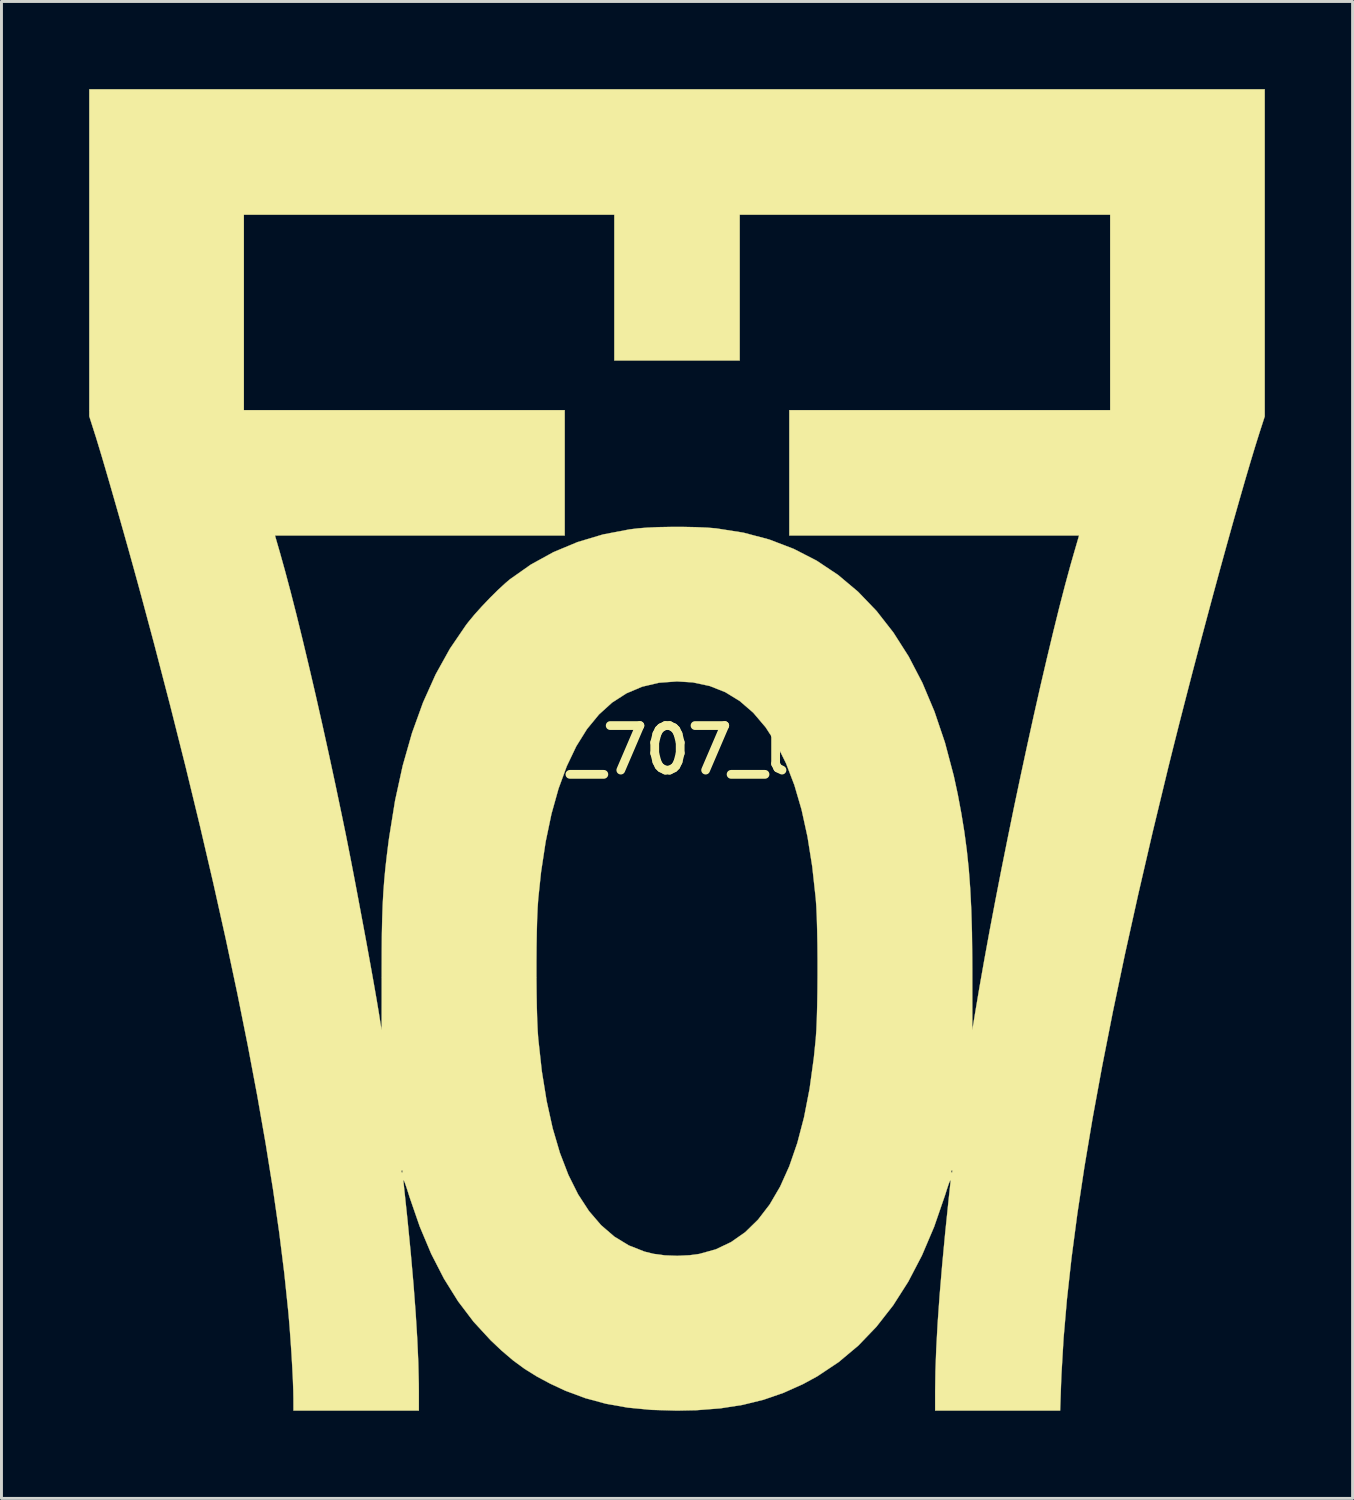
<source format=kicad_pcb>
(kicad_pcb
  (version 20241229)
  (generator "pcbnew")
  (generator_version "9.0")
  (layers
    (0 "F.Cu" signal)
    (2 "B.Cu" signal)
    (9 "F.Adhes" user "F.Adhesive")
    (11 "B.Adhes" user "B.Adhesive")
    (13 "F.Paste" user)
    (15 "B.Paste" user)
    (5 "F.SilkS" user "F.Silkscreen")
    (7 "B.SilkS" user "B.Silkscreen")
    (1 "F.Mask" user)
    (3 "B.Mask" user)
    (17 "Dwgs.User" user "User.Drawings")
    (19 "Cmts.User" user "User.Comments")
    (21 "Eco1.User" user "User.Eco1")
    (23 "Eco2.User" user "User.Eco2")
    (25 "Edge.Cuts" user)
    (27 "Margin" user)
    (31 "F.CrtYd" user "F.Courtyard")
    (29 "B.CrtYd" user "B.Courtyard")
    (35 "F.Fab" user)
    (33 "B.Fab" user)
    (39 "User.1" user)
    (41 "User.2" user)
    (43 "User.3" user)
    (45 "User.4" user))
  (footprint "new_707_logo"
    (layer "F.Cu")
    (at 20.115 22.611)
    (property "Reference" "new_707_logo" (at 0 0 0) (layer "F.SilkS") (effects (font (size 1.524 1.524) (thickness 0.3))))
    (attr through_hole)
    (fp_poly (pts (xy 20.11 -11.412) (xy 19.931 -10.858) (xy 19.788 -10.403) (xy 19.624 -9.861) (xy 19.441 -9.241) (xy 19.243 -8.553) (xy 19.031 -7.807) (xy 18.809 -7.012) (xy 18.579 -6.178) (xy 18.344 -5.314) (xy 18.107 -4.431) (xy 17.869 -3.538) (xy 17.634 -2.645) (xy 17.405 -1.76) (xy 17.183 -0.895) (xy 16.972 -0.058) (xy 16.809 0.598) (xy 16.272 2.821) (xy 15.778 4.954) (xy 15.325 6.997) (xy 14.915 8.951) (xy 14.548 10.814) (xy 14.222 12.589) (xy 13.939 14.274) (xy 13.698 15.87) (xy 13.499 17.378) (xy 13.342 18.797) (xy 13.227 20.127) (xy 13.154 21.37) (xy 13.143 21.645) (xy 13.109 22.606) (xy 8.833 22.606) (xy 8.833 21.944) (xy 8.843 21.248) (xy 8.872 20.471) (xy 8.919 19.61) (xy 8.986 18.664) (xy 9.073 17.629) (xy 9.179 16.502) (xy 9.305 15.282) (xy 9.358 14.793) (xy 9.36 14.723) (xy 9.342 14.737) (xy 9.301 14.837) (xy 9.237 15.028) (xy 9.168 15.245) (xy 8.799 16.314) (xy 8.381 17.296) (xy 7.913 18.193) (xy 7.395 19.005) (xy 6.825 19.734) (xy 6.204 20.381) (xy 5.53 20.946) (xy 4.802 21.431) (xy 4.317 21.695) (xy 3.647 21.996) (xy 2.962 22.233) (xy 2.246 22.409) (xy 1.485 22.528) (xy 0.663 22.592) (xy 0 22.606) (xy -0.878 22.58) (xy -1.684 22.503) (xy -2.433 22.37) (xy -3.141 22.178) (xy -3.82 21.925) (xy -4.315 21.695) (xy -4.789 21.442) (xy -5.21 21.18) (xy -5.606 20.89) (xy -6.004 20.551) (xy -6.38 20.195) (xy -6.961 19.564) (xy -7.491 18.865) (xy -7.973 18.092) (xy -8.41 17.241) (xy -8.803 16.307) (xy -9.156 15.285) (xy -9.168 15.245) (xy -9.252 14.981) (xy -9.312 14.809) (xy -9.347 14.727) (xy -9.362 14.731) (xy -9.358 14.793) (xy -9.225 16.05) (xy -9.111 17.212) (xy -9.017 18.281) (xy -8.943 19.261) (xy -8.888 20.154) (xy -8.852 20.962) (xy -8.835 21.689) (xy -8.833 21.944) (xy -8.833 22.606) (xy -13.124 22.606) (xy -13.125 22.194) (xy -13.13 21.911) (xy -13.143 21.55) (xy -13.164 21.131) (xy -13.19 20.676) (xy -13.222 20.204) (xy -13.256 19.737) (xy -13.293 19.296) (xy -13.301 19.212) (xy -13.437 17.905) (xy -13.611 16.509) (xy -13.824 15.029) (xy -13.922 14.422) (xy -9.431 14.422) (xy -9.413 14.463) (xy -9.398 14.455) (xy -9.392 14.396) (xy -9.398 14.388) (xy -9.428 14.395) (xy -9.431 14.422) (xy -13.922 14.422) (xy -14.075 13.468) (xy -14.362 11.829) (xy -14.685 10.117) (xy -15.043 8.334) (xy -15.436 6.484) (xy -15.863 4.571) (xy -16.323 2.598) (xy -16.815 0.569) (xy -17.339 -1.513) (xy -17.894 -3.645) (xy -18.322 -5.24) (xy -18.46 -5.746) (xy -18.61 -6.29) (xy -18.768 -6.858) (xy -18.931 -7.437) (xy -19.095 -8.015) (xy -19.256 -8.578) (xy -19.41 -9.113) (xy -19.554 -9.608) (xy -19.684 -10.049) (xy -19.797 -10.423) (xy -19.887 -10.718) (xy -19.91 -10.788) (xy -20.11 -11.416) (xy -20.11 -18.314) (xy -14.821 -18.314) (xy -14.821 -11.627) (xy -3.842 -11.627) (xy -3.842 -7.336) (xy -13.756 -7.336) (xy -13.586 -6.749) (xy -13.412 -6.125) (xy -13.222 -5.412) (xy -13.02 -4.622) (xy -12.809 -3.762) (xy -12.59 -2.845) (xy -12.365 -1.879) (xy -12.138 -0.874) (xy -11.91 0.159) (xy -11.684 1.21) (xy -11.462 2.269) (xy -11.328 2.919) (xy -11.248 3.323) (xy -11.156 3.791) (xy -11.056 4.308) (xy -10.951 4.861) (xy -10.843 5.437) (xy -10.734 6.019) (xy -10.627 6.595) (xy -10.526 7.151) (xy -10.432 7.672) (xy -10.348 8.145) (xy -10.277 8.554) (xy -10.221 8.887) (xy -10.199 9.02) (xy -10.164 9.242) (xy -10.135 9.422) (xy -10.115 9.542) (xy -10.108 9.581) (xy -10.107 9.533) (xy -10.107 9.395) (xy -10.106 9.179) (xy -10.106 8.894) (xy -10.105 8.55) (xy -10.105 8.159) (xy -10.105 7.731) (xy -10.105 7.523) (xy -10.104 7.251) (xy -4.81 7.251) (xy -4.81 7.78) (xy -4.805 8.3) (xy -4.797 8.791) (xy -4.784 9.235) (xy -4.767 9.614) (xy -4.748 9.881) (xy -4.626 10.991) (xy -4.461 12.012) (xy -4.255 12.945) (xy -4.007 13.787) (xy -3.717 14.54) (xy -3.386 15.203) (xy -3.013 15.776) (xy -2.599 16.259) (xy -2.144 16.652) (xy -1.648 16.954) (xy -1.111 17.165) (xy -0.799 17.242) (xy -0.418 17.293) (xy 0.009 17.309) (xy 0.433 17.289) (xy 0.76 17.245) (xy 1.326 17.088) (xy 1.85 16.839) (xy 2.333 16.501) (xy 2.773 16.071) (xy 3.172 15.552) (xy 3.529 14.941) (xy 3.762 14.422) (xy 9.382 14.422) (xy 9.4 14.463) (xy 9.415 14.455) (xy 9.421 14.396) (xy 9.415 14.388) (xy 9.385 14.395) (xy 9.382 14.422) (xy 3.762 14.422) (xy 3.843 14.241) (xy 4.116 13.45) (xy 4.347 12.568) (xy 4.536 11.597) (xy 4.682 10.534) (xy 4.748 9.881) (xy 4.769 9.575) (xy 4.785 9.189) (xy 4.797 8.739) (xy 4.805 8.245) (xy 4.809 7.724) (xy 4.809 7.194) (xy 4.805 6.675) (xy 4.796 6.184) (xy 4.784 5.74) (xy 4.767 5.361) (xy 4.748 5.09) (xy 4.627 3.984) (xy 4.465 2.968) (xy 4.262 2.042) (xy 4.017 1.205) (xy 3.731 0.458) (xy 3.404 -0.202) (xy 3.034 -0.773) (xy 2.623 -1.258) (xy 2.602 -1.28) (xy 2.145 -1.675) (xy 1.651 -1.978) (xy 1.117 -2.189) (xy 0.541 -2.312) (xy 0 -2.345) (xy -0.618 -2.3) (xy -1.194 -2.164) (xy -1.728 -1.938) (xy -2.221 -1.621) (xy -2.671 -1.213) (xy -3.08 -0.715) (xy -3.447 -0.126) (xy -3.771 0.553) (xy -4.054 1.323) (xy -4.295 2.184) (xy -4.494 3.135) (xy -4.652 4.177) (xy -4.748 5.09) (xy -4.769 5.396) (xy -4.786 5.783) (xy -4.798 6.234) (xy -4.806 6.729) (xy -4.81 7.251) (xy -10.104 7.251) (xy -10.103 6.862) (xy -10.098 6.285) (xy -10.087 5.773) (xy -10.071 5.31) (xy -10.048 4.879) (xy -10.017 4.463) (xy -9.978 4.045) (xy -9.928 3.607) (xy -9.869 3.134) (xy -9.851 3.005) (xy -9.647 1.733) (xy -9.385 0.536) (xy -9.066 -0.583) (xy -8.69 -1.624) (xy -8.258 -2.586) (xy -7.769 -3.466) (xy -7.225 -4.265) (xy -7.142 -4.374) (xy -6.932 -4.628) (xy -6.677 -4.912) (xy -6.4 -5.203) (xy -6.122 -5.478) (xy -5.868 -5.712) (xy -5.714 -5.842) (xy -4.998 -6.345) (xy -4.225 -6.77) (xy -3.4 -7.114) (xy -2.53 -7.374) (xy -1.623 -7.547) (xy -1.337 -7.582) (xy -1.024 -7.607) (xy -0.64 -7.624) (xy -0.213 -7.632) (xy 0.227 -7.632) (xy 0.653 -7.623) (xy 1.035 -7.607) (xy 1.337 -7.582) (xy 2.272 -7.435) (xy 3.158 -7.2) (xy 3.994 -6.88) (xy 4.78 -6.476) (xy 5.514 -5.986) (xy 6.196 -5.413) (xy 6.826 -4.757) (xy 7.403 -4.019) (xy 7.926 -3.199) (xy 8.395 -2.298) (xy 8.808 -1.317) (xy 9.167 -0.257) (xy 9.469 0.883) (xy 9.607 1.522) (xy 9.729 2.175) (xy 9.832 2.808) (xy 9.916 3.438) (xy 9.983 4.079) (xy 10.033 4.75) (xy 10.069 5.465) (xy 10.092 6.24) (xy 10.102 7.092) (xy 10.104 7.476) (xy 10.105 9.587) (xy 10.193 9.047) (xy 10.345 8.143) (xy 10.514 7.186) (xy 10.697 6.185) (xy 10.893 5.152) (xy 11.099 4.095) (xy 11.314 3.024) (xy 11.534 1.948) (xy 11.76 0.878) (xy 11.987 -0.176) (xy 12.214 -1.206) (xy 12.439 -2.201) (xy 12.661 -3.152) (xy 12.876 -4.05) (xy 13.082 -4.883) (xy 13.279 -5.643) (xy 13.463 -6.32) (xy 13.567 -6.683) (xy 13.757 -7.336) (xy 3.842 -7.336) (xy 3.842 -11.627) (xy 14.821 -11.627) (xy 14.821 -18.314) (xy 2.146 -18.314) (xy 2.146 -13.324) (xy -2.146 -13.324) (xy -2.146 -18.314) (xy -14.821 -18.314) (xy -20.11 -18.314) (xy -20.11 -22.606) (xy 20.11 -22.606) (xy 20.11 -11.412)) (stroke (width 0.01) (type solid)) (fill yes) (layer "F.SilkS")))
  (gr_rect
    (start -3 -3)
    (end 43.231 48.221)
    (stroke (width 0.1) (type default))
    (fill no)
    (layer "Edge.Cuts")))
</source>
